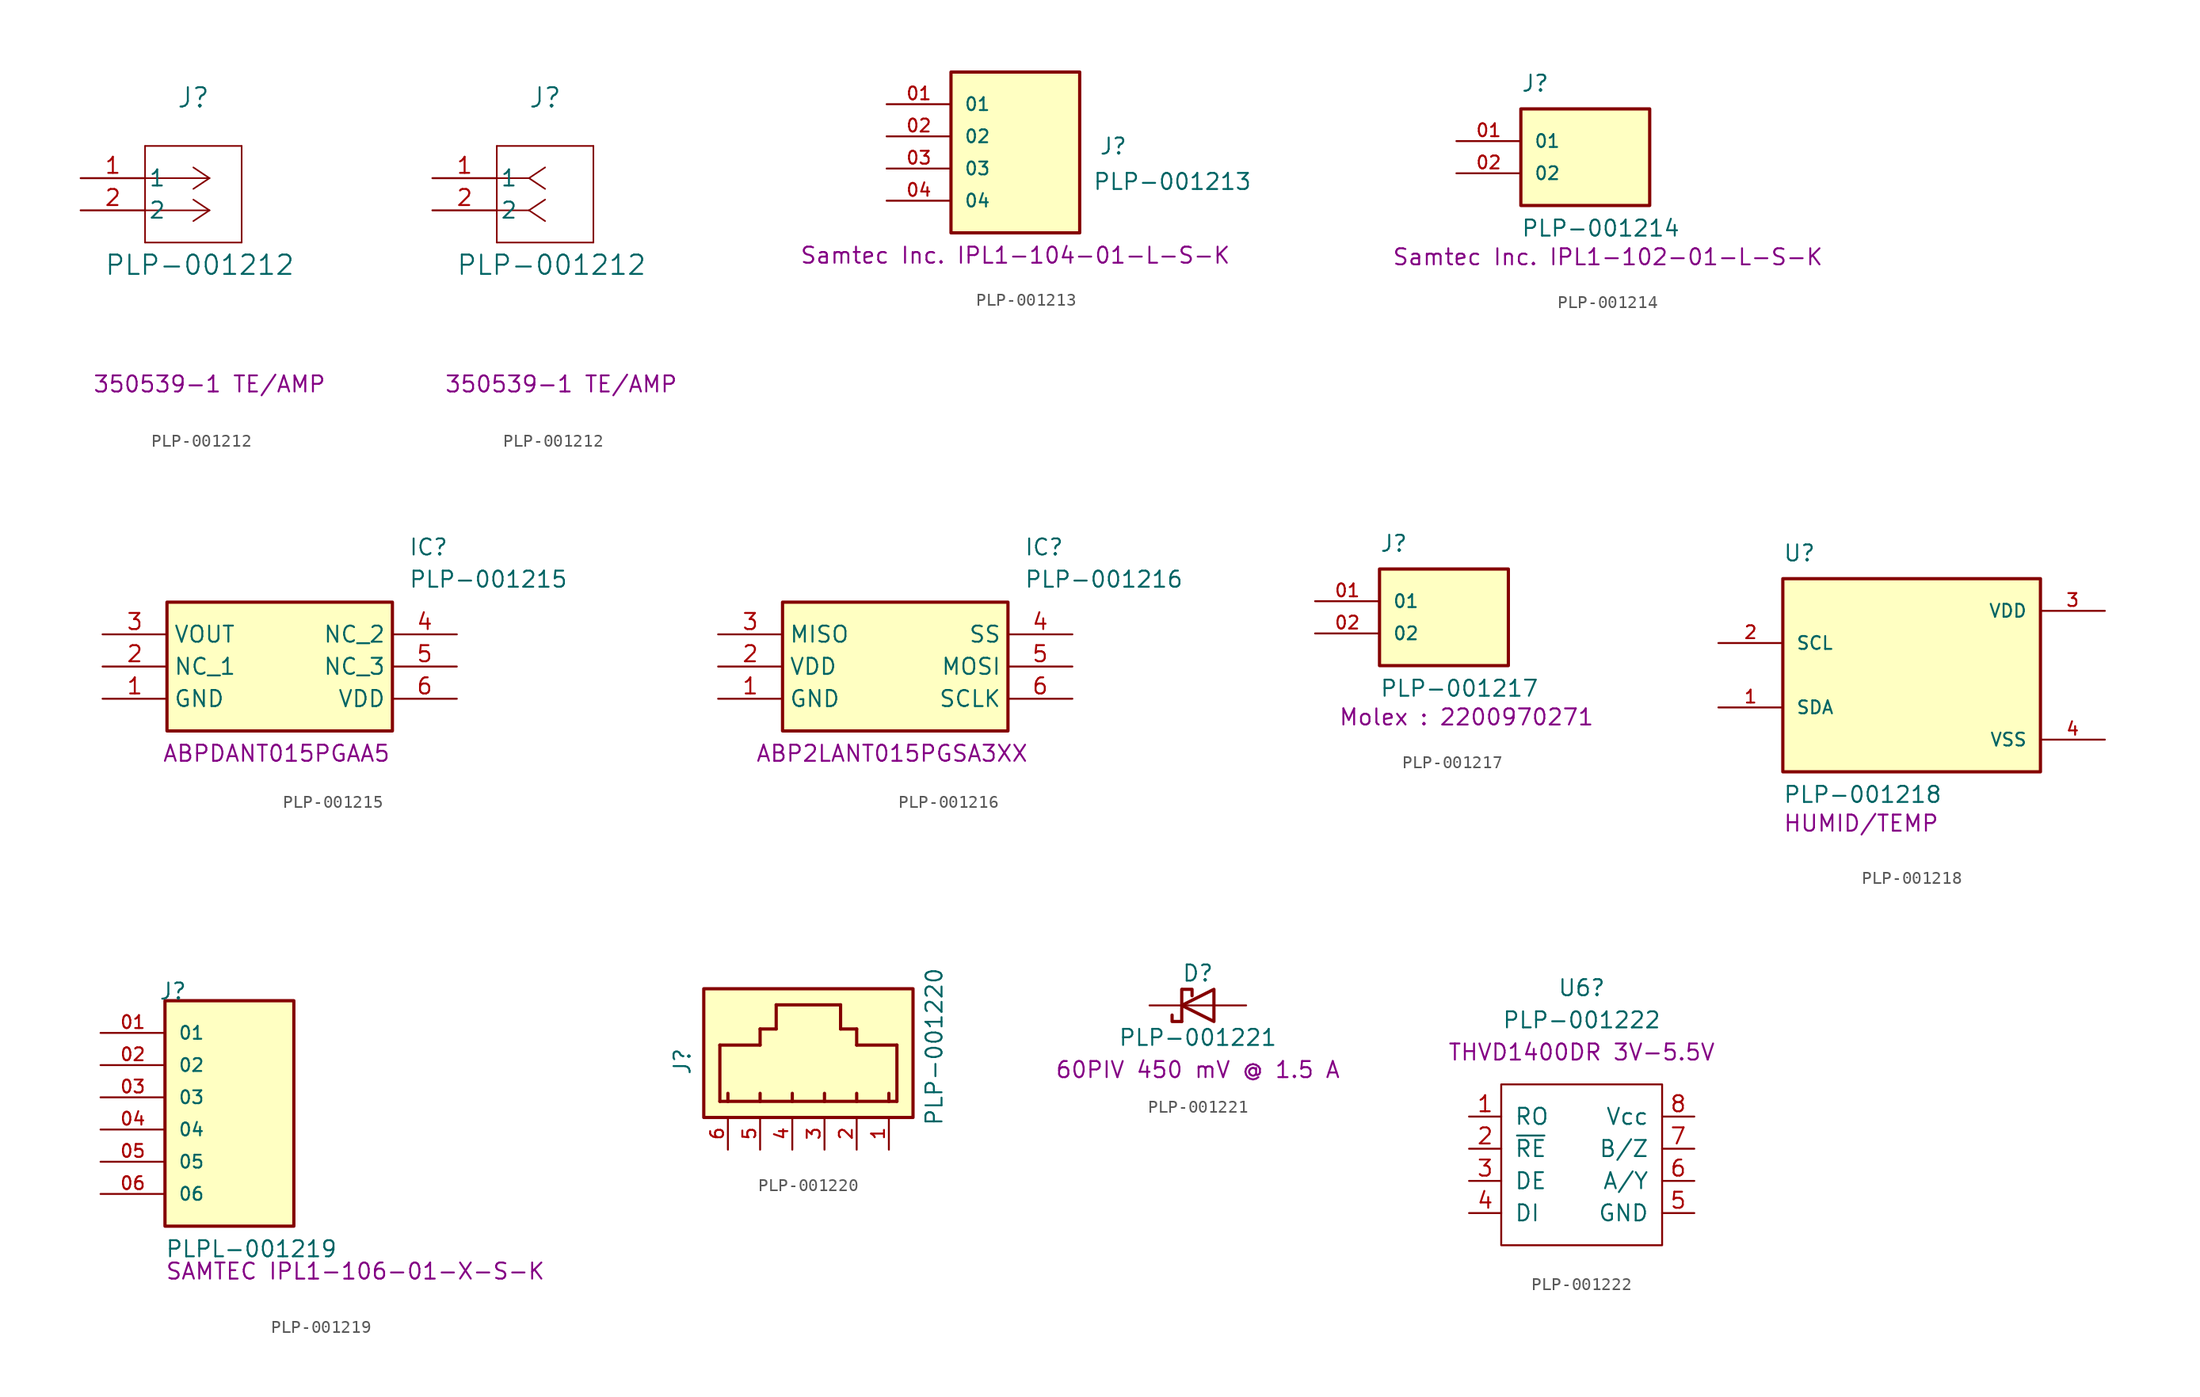
<source format=kicad_sym>
(kicad_symbol_lib
  (version 20241209)
  (generator "kicad_symbol_editor")
  (generator_version "9.0")
  (symbol "PLP-001212"
    (pin_names
      (offset 0.254))
    (property "Reference" "J"
      (at 8.89 6.35 0)
      (effects (font (size 1.524 1.524))))
    (property "Value" "PLP-001212"
      (at 9.398 -6.858 0)
      (effects (font (size 1.524 1.524))))
    (property "INFO" "350539-1 TE/AMP"
      (at 10.16 -16.256 0)
      (effects (font (size 1.27 1.27))))
    (symbol "PLP-001212_1_1"
      (polyline (pts (xy 5.08 2.54) (xy 5.08 -5.08)) (stroke (width 0.127) (type default)) (fill (type none)))
      (polyline (pts (xy 5.08 -5.08) (xy 12.7 -5.08)) (stroke (width 0.127) (type default)) (fill (type none)))
      (polyline (pts (xy 10.16 0) (xy 5.08 0)) (stroke (width 0.127) (type default)) (fill (type none)))
      (polyline (pts (xy 10.16 0) (xy 8.89 0.847)) (stroke (width 0.127) (type default)) (fill (type none)))
      (polyline (pts (xy 10.16 0) (xy 8.89 -0.847)) (stroke (width 0.127) (type default)) (fill (type none)))
      (polyline (pts (xy 10.16 -2.54) (xy 5.08 -2.54)) (stroke (width 0.127) (type default)) (fill (type none)))
      (polyline (pts (xy 10.16 -2.54) (xy 8.89 -1.693)) (stroke (width 0.127) (type default)) (fill (type none)))
      (polyline (pts (xy 10.16 -2.54) (xy 8.89 -3.387)) (stroke (width 0.127) (type default)) (fill (type none)))
      (polyline (pts (xy 12.7 2.54) (xy 5.08 2.54)) (stroke (width 0.127) (type default)) (fill (type none)))
      (polyline (pts (xy 12.7 -5.08) (xy 12.7 2.54)) (stroke (width 0.127) (type default)) (fill (type none)))
      (pin unspecified line (at 0 0 0) (length 5.08) (name "1" (effects (font (size 1.27 1.27)))) (number "1" (effects (font (size 1.27 1.27)))))
      (pin unspecified line (at 0 -2.54 0) (length 5.08) (name "2" (effects (font (size 1.27 1.27)))) (number "2" (effects (font (size 1.27 1.27))))))
    (symbol "PLP-001212_1_2"
      (polyline (pts (xy 5.08 2.54) (xy 5.08 -5.08)) (stroke (width 0.127) (type default)) (fill (type none)))
      (polyline (pts (xy 5.08 -5.08) (xy 12.7 -5.08)) (stroke (width 0.127) (type default)) (fill (type none)))
      (polyline (pts (xy 7.62 0) (xy 5.08 0)) (stroke (width 0.127) (type default)) (fill (type none)))
      (polyline (pts (xy 7.62 0) (xy 8.89 0.847)) (stroke (width 0.127) (type default)) (fill (type none)))
      (polyline (pts (xy 7.62 0) (xy 8.89 -0.847)) (stroke (width 0.127) (type default)) (fill (type none)))
      (polyline (pts (xy 7.62 -2.54) (xy 5.08 -2.54)) (stroke (width 0.127) (type default)) (fill (type none)))
      (polyline (pts (xy 7.62 -2.54) (xy 8.89 -1.693)) (stroke (width 0.127) (type default)) (fill (type none)))
      (polyline (pts (xy 7.62 -2.54) (xy 8.89 -3.387)) (stroke (width 0.127) (type default)) (fill (type none)))
      (polyline (pts (xy 12.7 2.54) (xy 5.08 2.54)) (stroke (width 0.127) (type default)) (fill (type none)))
      (polyline (pts (xy 12.7 -5.08) (xy 12.7 2.54)) (stroke (width 0.127) (type default)) (fill (type none)))
      (pin unspecified line (at 0 0 0) (length 5.08) (name "1" (effects (font (size 1.27 1.27)))) (number "1" (effects (font (size 1.27 1.27)))))
      (pin unspecified line (at 0 -2.54 0) (length 5.08) (name "2" (effects (font (size 1.27 1.27)))) (number "2" (effects (font (size 1.27 1.27)))))))
  (symbol "PLP-001213"
    (pin_names
      (offset 1.016))
    (property "Reference" "J"
      (at 6.604 1.016 0)
      (effects (font (size 1.27 1.27)) (justify left bottom)))
    (property "Value" "PLP-001213"
      (at 6.096 -1.778 0)
      (effects (font (size 1.27 1.27)) (justify left bottom)))
    (property "Datasheet" "Samtec Inc. IPL1-104-01-L-S-K"
      (at 0 -6.858 0)
      (effects (font (size 1.27 1.27))))
    (symbol "PLP-001213_0_0"
      (rectangle (start -5.08 -5.08) (end 5.08 7.62) (stroke (width 0.254) (type default)) (fill (type background)))
      (pin passive line (at -10.16 5.08 0) (length 5.08) (name "01" (effects (font (size 1.016 1.016)))) (number "01" (effects (font (size 1.016 1.016)))))
      (pin passive line (at -10.16 2.54 0) (length 5.08) (name "02" (effects (font (size 1.016 1.016)))) (number "02" (effects (font (size 1.016 1.016)))))
      (pin passive line (at -10.16 0 0) (length 5.08) (name "03" (effects (font (size 1.016 1.016)))) (number "03" (effects (font (size 1.016 1.016)))))
      (pin passive line (at -10.16 -2.54 0) (length 5.08) (name "04" (effects (font (size 1.016 1.016)))) (number "04" (effects (font (size 1.016 1.016)))))))
  (symbol "PLP-001214"
    (pin_names
      (offset 1.016))
    (property "Reference" "J"
      (at -5.08 3.81 0)
      (effects (font (size 1.27 1.27)) (justify left bottom)))
    (property "Value" "PLP-001214"
      (at -5.08 -7.62 0)
      (effects (font (size 1.27 1.27)) (justify left bottom)))
    (property "Description" "Samtec Inc. IPL1-102-01-L-S-K"
      (at 1.778 -9.144 0)
      (effects (font (size 1.27 1.27))))
    (symbol "PLP-001214_0_0"
      (rectangle (start -5.08 -5.08) (end 5.08 2.54) (stroke (width 0.254) (type default)) (fill (type background)))
      (pin passive line (at -10.16 0 0) (length 5.08) (name "01" (effects (font (size 1.016 1.016)))) (number "01" (effects (font (size 1.016 1.016)))))
      (pin passive line (at -10.16 -2.54 0) (length 5.08) (name "02" (effects (font (size 1.016 1.016)))) (number "02" (effects (font (size 1.016 1.016)))))))
  (symbol "PLP-001215"
    (property "Reference" "IC"
      (at 24.13 7.62 0)
      (effects (font (size 1.27 1.27)) (justify left top)))
    (property "Value" "PLP-001215"
      (at 24.13 5.08 0)
      (effects (font (size 1.27 1.27)) (justify left top)))
    (property "INFO" "ABPDANT015PGAA5"
      (at 13.716 -9.398 0)
      (effects (font (size 1.27 1.27))))
    (symbol "PLP-001215_1_1"
      (rectangle (start 5.08 2.54) (end 22.86 -7.62) (stroke (width 0.254) (type default)) (fill (type background)))
      (pin passive line (at 0 0 0) (length 5.08) (name "VOUT" (effects (font (size 1.27 1.27)))) (number "3" (effects (font (size 1.27 1.27)))))
      (pin passive line (at 0 -2.54 0) (length 5.08) (name "NC_1" (effects (font (size 1.27 1.27)))) (number "2" (effects (font (size 1.27 1.27)))))
      (pin passive line (at 0 -5.08 0) (length 5.08) (name "GND" (effects (font (size 1.27 1.27)))) (number "1" (effects (font (size 1.27 1.27)))))
      (pin passive line (at 27.94 0 180) (length 5.08) (name "NC_2" (effects (font (size 1.27 1.27)))) (number "4" (effects (font (size 1.27 1.27)))))
      (pin passive line (at 27.94 -2.54 180) (length 5.08) (name "NC_3" (effects (font (size 1.27 1.27)))) (number "5" (effects (font (size 1.27 1.27)))))
      (pin passive line (at 27.94 -5.08 180) (length 5.08) (name "VDD" (effects (font (size 1.27 1.27)))) (number "6" (effects (font (size 1.27 1.27)))))))
  (symbol "PLP-001216"
    (property "Reference" "IC"
      (at 24.13 7.62 0)
      (effects (font (size 1.27 1.27)) (justify left top)))
    (property "Value" "PLP-001216"
      (at 24.13 5.08 0)
      (effects (font (size 1.27 1.27)) (justify left top)))
    (property "INFO" "ABP2LANT015PGSA3XX"
      (at 13.716 -9.398 0)
      (effects (font (size 1.27 1.27))))
    (symbol "PLP-001216_1_1"
      (rectangle (start 5.08 2.54) (end 22.86 -7.62) (stroke (width 0.254) (type default)) (fill (type background)))
      (pin passive line (at 0 0 0) (length 5.08) (name "MISO" (effects (font (size 1.27 1.27)))) (number "3" (effects (font (size 1.27 1.27)))))
      (pin passive line (at 0 -2.54 0) (length 5.08) (name "VDD" (effects (font (size 1.27 1.27)))) (number "2" (effects (font (size 1.27 1.27)))))
      (pin passive line (at 0 -5.08 0) (length 5.08) (name "GND" (effects (font (size 1.27 1.27)))) (number "1" (effects (font (size 1.27 1.27)))))
      (pin passive line (at 27.94 0 180) (length 5.08) (name "SS" (effects (font (size 1.27 1.27)))) (number "4" (effects (font (size 1.27 1.27)))))
      (pin passive line (at 27.94 -2.54 180) (length 5.08) (name "MOSI" (effects (font (size 1.27 1.27)))) (number "5" (effects (font (size 1.27 1.27)))))
      (pin passive line (at 27.94 -5.08 180) (length 5.08) (name "SCLK" (effects (font (size 1.27 1.27)))) (number "6" (effects (font (size 1.27 1.27)))))))
  (symbol "PLP-001217"
    (pin_names
      (offset 1.016))
    (property "Reference" "J"
      (at -5.08 3.81 0)
      (effects (font (size 1.27 1.27)) (justify left bottom)))
    (property "Value" "PLP-001217"
      (at -5.08 -7.62 0)
      (effects (font (size 1.27 1.27)) (justify left bottom)))
    (property "Description" "Molex : 2200970271"
      (at 1.778 -9.144 0)
      (effects (font (size 1.27 1.27))))
    (symbol "PLP-001217_0_0"
      (rectangle (start -5.08 -5.08) (end 5.08 2.54) (stroke (width 0.254) (type default)) (fill (type background)))
      (pin passive line (at -10.16 0 0) (length 5.08) (name "01" (effects (font (size 1.016 1.016)))) (number "01" (effects (font (size 1.016 1.016)))))
      (pin passive line (at -10.16 -2.54 0) (length 5.08) (name "02" (effects (font (size 1.016 1.016)))) (number "02" (effects (font (size 1.016 1.016)))))))
  (symbol "PLP-001218"
    (pin_names
      (offset 1.016))
    (property "Reference" "U"
      (at -10.16 8.89 0)
      (effects (font (size 1.27 1.27)) (justify left bottom)))
    (property "Value" "PLP-001218"
      (at -10.16 -10.16 0)
      (effects (font (size 1.27 1.27)) (justify left bottom)))
    (property "INFO" "HUMID/TEMP"
      (at -10.16 -11.684 0)
      (effects (font (size 1.27 1.27)) (justify left)))
    (symbol "PLP-001218_0_0"
      (rectangle (start -10.16 7.62) (end 10.16 -7.62) (stroke (width 0.254) (type default)) (fill (type background)))
      (pin input line (at -15.24 2.54 0) (length 5.08) (name "SCL" (effects (font (size 1.016 1.016)))) (number "2" (effects (font (size 1.016 1.016)))))
      (pin bidirectional line (at -15.24 -2.54 0) (length 5.08) (name "SDA" (effects (font (size 1.016 1.016)))) (number "1" (effects (font (size 1.016 1.016)))))
      (pin power_in line (at 15.24 5.08 180) (length 5.08) (name "VDD" (effects (font (size 1.016 1.016)))) (number "3" (effects (font (size 1.016 1.016)))))
      (pin power_in line (at 15.24 -5.08 180) (length 5.08) (name "VSS" (effects (font (size 1.016 1.016)))) (number "4" (effects (font (size 1.016 1.016)))))))
  (symbol "PLP-001219"
    (pin_names
      (offset 1.016))
    (property "Reference" "J"
      (at -5.58 10.16 0)
      (effects (font (size 1.27 1.27)) (justify left bottom)))
    (property "Value" "PLPL-001219"
      (at -5.08 -10.16 0)
      (effects (font (size 1.27 1.27)) (justify left bottom)))
    (property "INFO" "SAMTEC IPL1-106-01-X-S-K"
      (at -5.08 -11.176 0)
      (effects (font (size 1.27 1.27)) (justify left)))
    (symbol "PLP-001219_0_0"
      (rectangle (start -5.08 10.16) (end 5.08 -7.62) (stroke (width 0.254) (type default)) (fill (type background)))
      (pin passive line (at -10.16 7.62 0) (length 5.08) (name "01" (effects (font (size 1.016 1.016)))) (number "01" (effects (font (size 1.016 1.016)))))
      (pin passive line (at -10.16 5.08 0) (length 5.08) (name "02" (effects (font (size 1.016 1.016)))) (number "02" (effects (font (size 1.016 1.016)))))
      (pin passive line (at -10.16 2.54 0) (length 5.08) (name "03" (effects (font (size 1.016 1.016)))) (number "03" (effects (font (size 1.016 1.016)))))
      (pin passive line (at -10.16 0 0) (length 5.08) (name "04" (effects (font (size 1.016 1.016)))) (number "04" (effects (font (size 1.016 1.016)))))
      (pin passive line (at -10.16 -2.54 0) (length 5.08) (name "05" (effects (font (size 1.016 1.016)))) (number "05" (effects (font (size 1.016 1.016)))))
      (pin passive line (at -10.16 -5.08 0) (length 5.08) (name "06" (effects (font (size 1.016 1.016)))) (number "06" (effects (font (size 1.016 1.016)))))))
  (symbol "PLP-001220"
    (pin_names
      (offset 1.016))
    (property "Reference" "J"
      (at -10.477 -0.662 90)
      (effects (font (size 1.27 1.27)) (justify bottom)))
    (property "Value" "PLP-001220"
      (at 9.398 0.508 90)
      (effects (font (size 1.27 1.27)) (justify bottom)))
    (symbol "PLP-001220_0_0"
      (rectangle (start -9.525 -5.08) (end 6.985 5.08) (stroke (width 0.254) (type default)) (fill (type background)))
      (polyline (pts (xy -8.255 0.635) (xy -5.08 0.635)) (stroke (width 0.254) (type default)) (fill (type none)))
      (polyline (pts (xy -8.255 -3.81) (xy -8.255 0.635)) (stroke (width 0.254) (type default)) (fill (type none)))
      (polyline (pts (xy -7.62 -3.81) (xy -8.255 -3.81)) (stroke (width 0.254) (type default)) (fill (type none)))
      (polyline (pts (xy -7.62 -3.81) (xy -7.62 -3.175)) (stroke (width 0.254) (type default)) (fill (type none)))
      (polyline (pts (xy -5.08 1.905) (xy -3.81 1.905)) (stroke (width 0.254) (type default)) (fill (type none)))
      (polyline (pts (xy -5.08 0.635) (xy -5.08 1.905)) (stroke (width 0.254) (type default)) (fill (type none)))
      (polyline (pts (xy -5.08 -3.81) (xy -7.62 -3.81)) (stroke (width 0.254) (type default)) (fill (type none)))
      (polyline (pts (xy -5.08 -3.81) (xy -5.08 -3.175)) (stroke (width 0.254) (type default)) (fill (type none)))
      (polyline (pts (xy -3.81 3.81) (xy 1.27 3.81)) (stroke (width 0.254) (type default)) (fill (type none)))
      (polyline (pts (xy -3.81 1.905) (xy -3.81 3.81)) (stroke (width 0.254) (type default)) (fill (type none)))
      (polyline (pts (xy -2.54 -3.81) (xy -5.08 -3.81)) (stroke (width 0.254) (type default)) (fill (type none)))
      (polyline (pts (xy -2.54 -3.81) (xy -2.54 -3.175)) (stroke (width 0.254) (type default)) (fill (type none)))
      (polyline (pts (xy 0 -3.81) (xy -2.54 -3.81)) (stroke (width 0.254) (type default)) (fill (type none)))
      (polyline (pts (xy 0 -3.81) (xy 0 -3.175)) (stroke (width 0.254) (type default)) (fill (type none)))
      (polyline (pts (xy 1.27 1.905) (xy 1.27 3.81)) (stroke (width 0.254) (type default)) (fill (type none)))
      (polyline (pts (xy 2.54 1.905) (xy 1.27 1.905)) (stroke (width 0.254) (type default)) (fill (type none)))
      (polyline (pts (xy 2.54 0.635) (xy 2.54 1.905)) (stroke (width 0.254) (type default)) (fill (type none)))
      (polyline (pts (xy 2.54 -3.81) (xy 0 -3.81)) (stroke (width 0.254) (type default)) (fill (type none)))
      (polyline (pts (xy 2.54 -3.81) (xy 2.54 -3.175)) (stroke (width 0.254) (type default)) (fill (type none)))
      (polyline (pts (xy 5.08 -3.81) (xy 2.54 -3.81)) (stroke (width 0.254) (type default)) (fill (type none)))
      (polyline (pts (xy 5.08 -3.81) (xy 5.08 -3.175)) (stroke (width 0.254) (type default)) (fill (type none)))
      (polyline (pts (xy 5.715 0.635) (xy 2.54 0.635)) (stroke (width 0.254) (type default)) (fill (type none)))
      (polyline (pts (xy 5.715 0.635) (xy 5.715 -3.81)) (stroke (width 0.254) (type default)) (fill (type none)))
      (polyline (pts (xy 5.715 -3.81) (xy 5.08 -3.81)) (stroke (width 0.254) (type default)) (fill (type none)))
      (pin passive line (at -7.62 -7.62 90) (length 2.54) (name "~" (effects (font (size 1.016 1.016)))) (number "6" (effects (font (size 1.016 1.016)))))
      (pin passive line (at -5.08 -7.62 90) (length 2.54) (name "~" (effects (font (size 1.016 1.016)))) (number "5" (effects (font (size 1.016 1.016)))))
      (pin passive line (at -2.54 -7.62 90) (length 2.54) (name "~" (effects (font (size 1.016 1.016)))) (number "4" (effects (font (size 1.016 1.016)))))
      (pin passive line (at 0 -7.62 90) (length 2.54) (name "~" (effects (font (size 1.016 1.016)))) (number "3" (effects (font (size 1.016 1.016)))))
      (pin passive line (at 2.54 -7.62 90) (length 2.54) (name "~" (effects (font (size 1.016 1.016)))) (number "2" (effects (font (size 1.016 1.016)))))
      (pin passive line (at 5.08 -7.62 90) (length 2.54) (name "~" (effects (font (size 1.016 1.016)))) (number "1" (effects (font (size 1.016 1.016)))))))
  (symbol "PLP-001221"
    (pin_numbers
      (hide yes))
    (pin_names
      (offset 1.016)
      (hide yes))
    (property "Reference" "D"
      (at 0 2.54 0)
      (effects (font (size 1.27 1.27))))
    (property "Value" "PLP-001221"
      (at 0 -2.54 0)
      (effects (font (size 1.27 1.27))))
    (property "Info" "60PIV 450 mV @ 1.5 A"
      (at 0 -5.08 0)
      (effects (font (size 1.27 1.27))))
    (symbol "PLP-001221_0_1"
      (polyline (pts (xy -1.27 1.27) (xy -1.27 -1.27)) (stroke (width 0.254) (type default)) (fill (type none)))
      (polyline (pts (xy -1.27 -1.27) (xy -2.032 -1.27) (xy -2.032 -0.762)) (stroke (width 0.254) (type default)) (fill (type none)))
      (polyline (pts (xy -1.219 1.27) (xy -0.457 1.27) (xy -0.457 0.762)) (stroke (width 0.254) (type default)) (fill (type none)))
      (polyline (pts (xy 1.27 1.27) (xy 1.27 -1.27) (xy -1.27 0) (xy 1.27 1.27)) (stroke (width 0.254) (type default)) (fill (type none)))
      (polyline (pts (xy 1.27 0) (xy -1.27 0)) (stroke (width 0) (type default)) (fill (type none))))
    (symbol "PLP-001221_1_1"
      (pin passive line (at -3.81 0 0) (length 2.54) (name "K" (effects (font (size 1.27 1.27)))) (number "1" (effects (font (size 1.27 1.27)))))
      (pin passive line (at 3.81 0 180) (length 2.54) (name "A" (effects (font (size 1.27 1.27)))) (number "2" (effects (font (size 1.27 1.27)))))))
  (symbol "PLP-001222"
    (pin_names
      (offset 1.016))
    (property "Reference" "U6"
      (at 0 6.35 0)
      (effects (font (size 1.27 1.27))))
    (property "Value" "PLP-001222"
      (at 0 3.81 0)
      (effects (font (size 1.27 1.27))))
    (property "Info" "THVD1400DR 3V-5.5V"
      (at 0 1.27 0)
      (effects (font (size 1.27 1.27))))
    (symbol "PLP-001222_0_1"
      (rectangle (start 6.35 -13.97) (end -6.35 -1.27) (stroke (width 0) (type default)) (fill (type none))))
    (symbol "PLP-001222_1_1"
      (pin output line (at -8.89 -3.81 0) (length 2.54) (name "RO" (effects (font (size 1.27 1.27)))) (number "1" (effects (font (size 1.27 1.27)))))
      (pin input line (at -8.89 -6.35 0) (length 2.54) (name "~{RE}" (effects (font (size 1.27 1.27)))) (number "2" (effects (font (size 1.27 1.27)))))
      (pin input line (at -8.89 -8.89 0) (length 2.54) (name "DE" (effects (font (size 1.27 1.27)))) (number "3" (effects (font (size 1.27 1.27)))))
      (pin input line (at -8.89 -11.43 0) (length 2.54) (name "DI" (effects (font (size 1.27 1.27)))) (number "4" (effects (font (size 1.27 1.27)))))
      (pin power_in line (at 8.89 -3.81 180) (length 2.54) (name "Vcc" (effects (font (size 1.27 1.27)))) (number "8" (effects (font (size 1.27 1.27)))))
      (pin bidirectional line (at 8.89 -6.35 180) (length 2.54) (name "B/Z" (effects (font (size 1.27 1.27)))) (number "7" (effects (font (size 1.27 1.27)))))
      (pin bidirectional line (at 8.89 -8.89 180) (length 2.54) (name "A/Y" (effects (font (size 1.27 1.27)))) (number "6" (effects (font (size 1.27 1.27)))))
      (pin power_in line (at 8.89 -11.43 180) (length 2.54) (name "GND" (effects (font (size 1.27 1.27)))) (number "5" (effects (font (size 1.27 1.27))))))))
</source>
